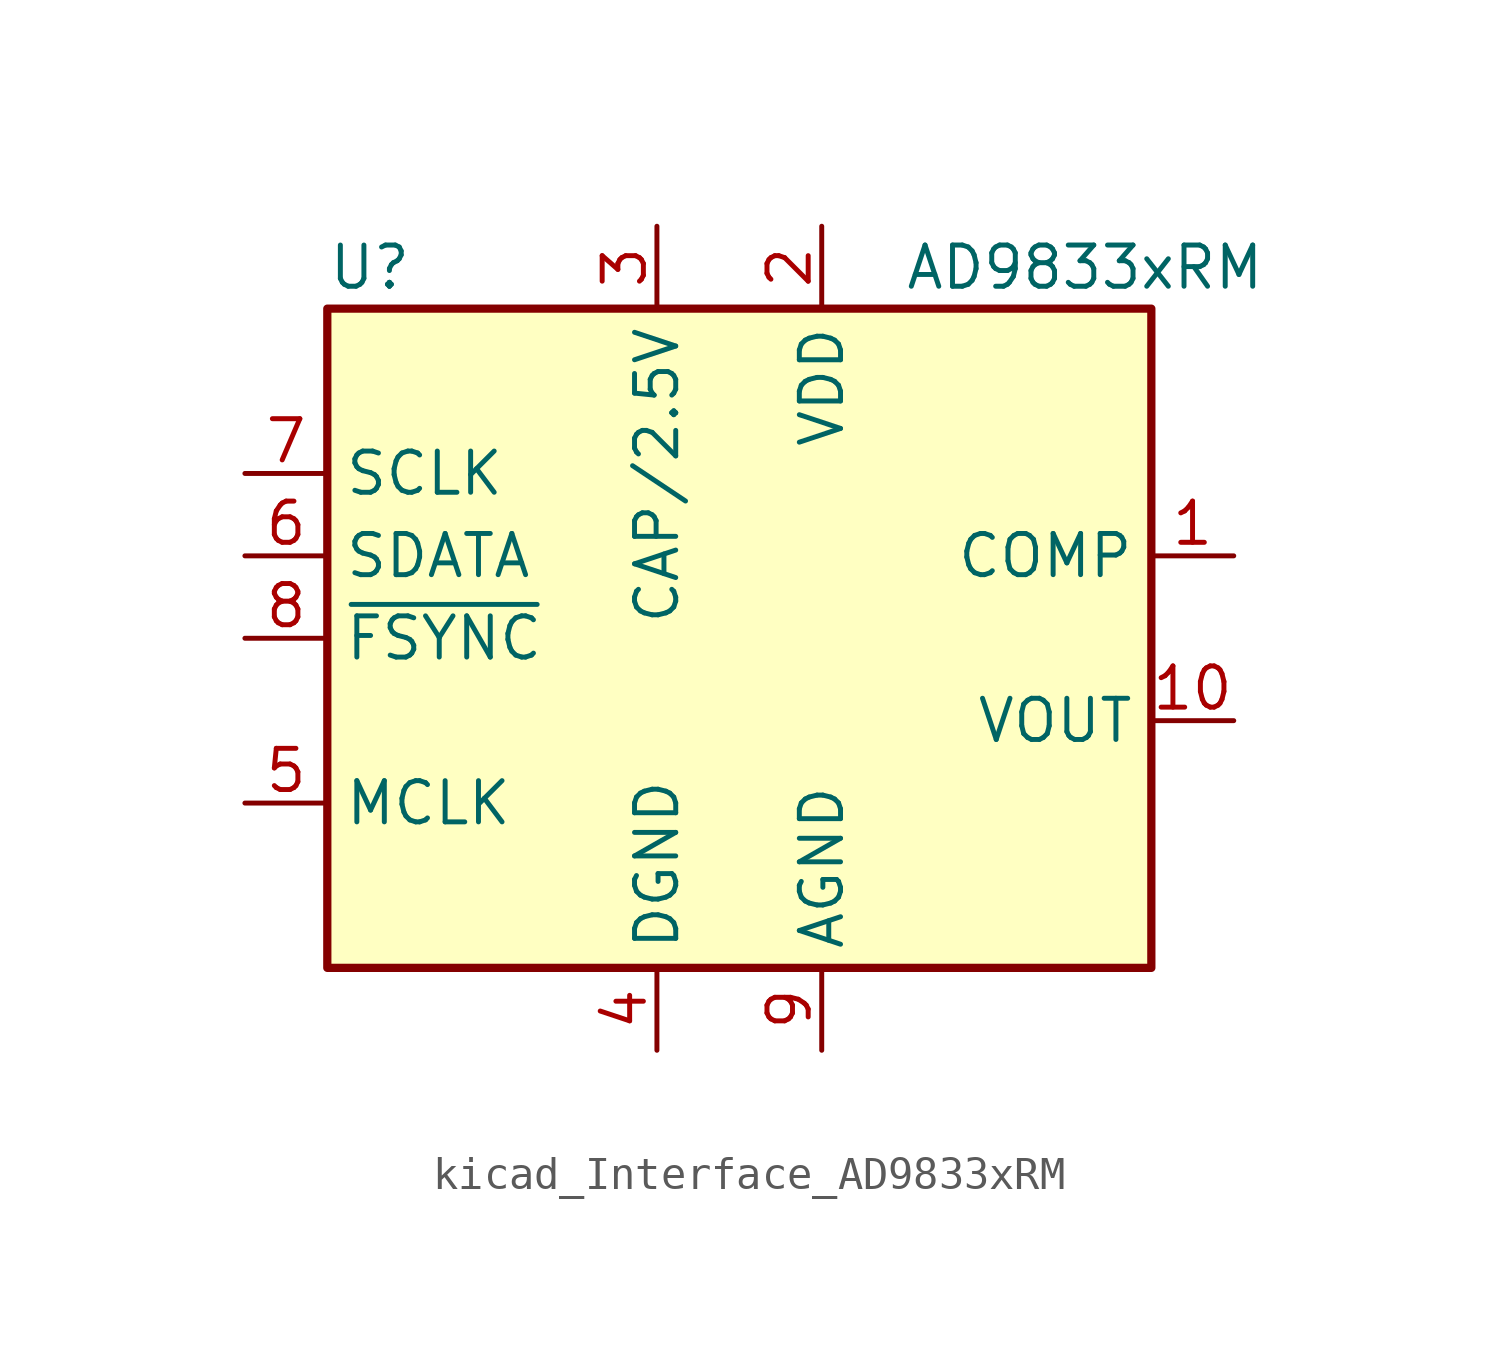
<source format=kicad_sym>
(kicad_symbol_lib
  (version 20220914)
  (generator kicad_symbol_editor)
  (symbol "kicad_Interface_AD9833xRM"
    (property "Reference" "U"
      (at -12.7 11.43 0)
      (effects (font (size 1.27 1.27)) (justify left)))
    (property "Value" "AD9833xRM"
      (at 5.08 11.43 0)
      (effects (font (size 1.27 1.27)) (justify left)))
    (symbol "kicad_Interface_AD9833xRM_0_1"
      (rectangle (start -12.7 10.16) (end 12.7 -10.16) (stroke (width 0.254) (type default)) (fill (type background))))
    (symbol "kicad_Interface_AD9833xRM_1_1"
      (pin passive line (at 15.24 2.54 180) (length 2.54) (name "COMP" (effects (font (size 1.27 1.27)))) (number "1" (effects (font (size 1.27 1.27)))))
      (pin output line (at 15.24 -2.54 180) (length 2.54) (name "VOUT" (effects (font (size 1.27 1.27)))) (number "10" (effects (font (size 1.27 1.27)))))
      (pin power_in line (at 2.54 12.7 270) (length 2.54) (name "VDD" (effects (font (size 1.27 1.27)))) (number "2" (effects (font (size 1.27 1.27)))))
      (pin power_in line (at -2.54 12.7 270) (length 2.54) (name "CAP/2.5V" (effects (font (size 1.27 1.27)))) (number "3" (effects (font (size 1.27 1.27)))))
      (pin power_in line (at -2.54 -12.7 90) (length 2.54) (name "DGND" (effects (font (size 1.27 1.27)))) (number "4" (effects (font (size 1.27 1.27)))))
      (pin input line (at -15.24 -5.08 0) (length 2.54) (name "MCLK" (effects (font (size 1.27 1.27)))) (number "5" (effects (font (size 1.27 1.27)))))
      (pin input line (at -15.24 2.54 0) (length 2.54) (name "SDATA" (effects (font (size 1.27 1.27)))) (number "6" (effects (font (size 1.27 1.27)))))
      (pin input line (at -15.24 5.08 0) (length 2.54) (name "SCLK" (effects (font (size 1.27 1.27)))) (number "7" (effects (font (size 1.27 1.27)))))
      (pin input line (at -15.24 0 0) (length 2.54) (name "~{FSYNC}" (effects (font (size 1.27 1.27)))) (number "8" (effects (font (size 1.27 1.27)))))
      (pin power_in line (at 2.54 -12.7 90) (length 2.54) (name "AGND" (effects (font (size 1.27 1.27)))) (number "9" (effects (font (size 1.27 1.27))))))))
</source>
